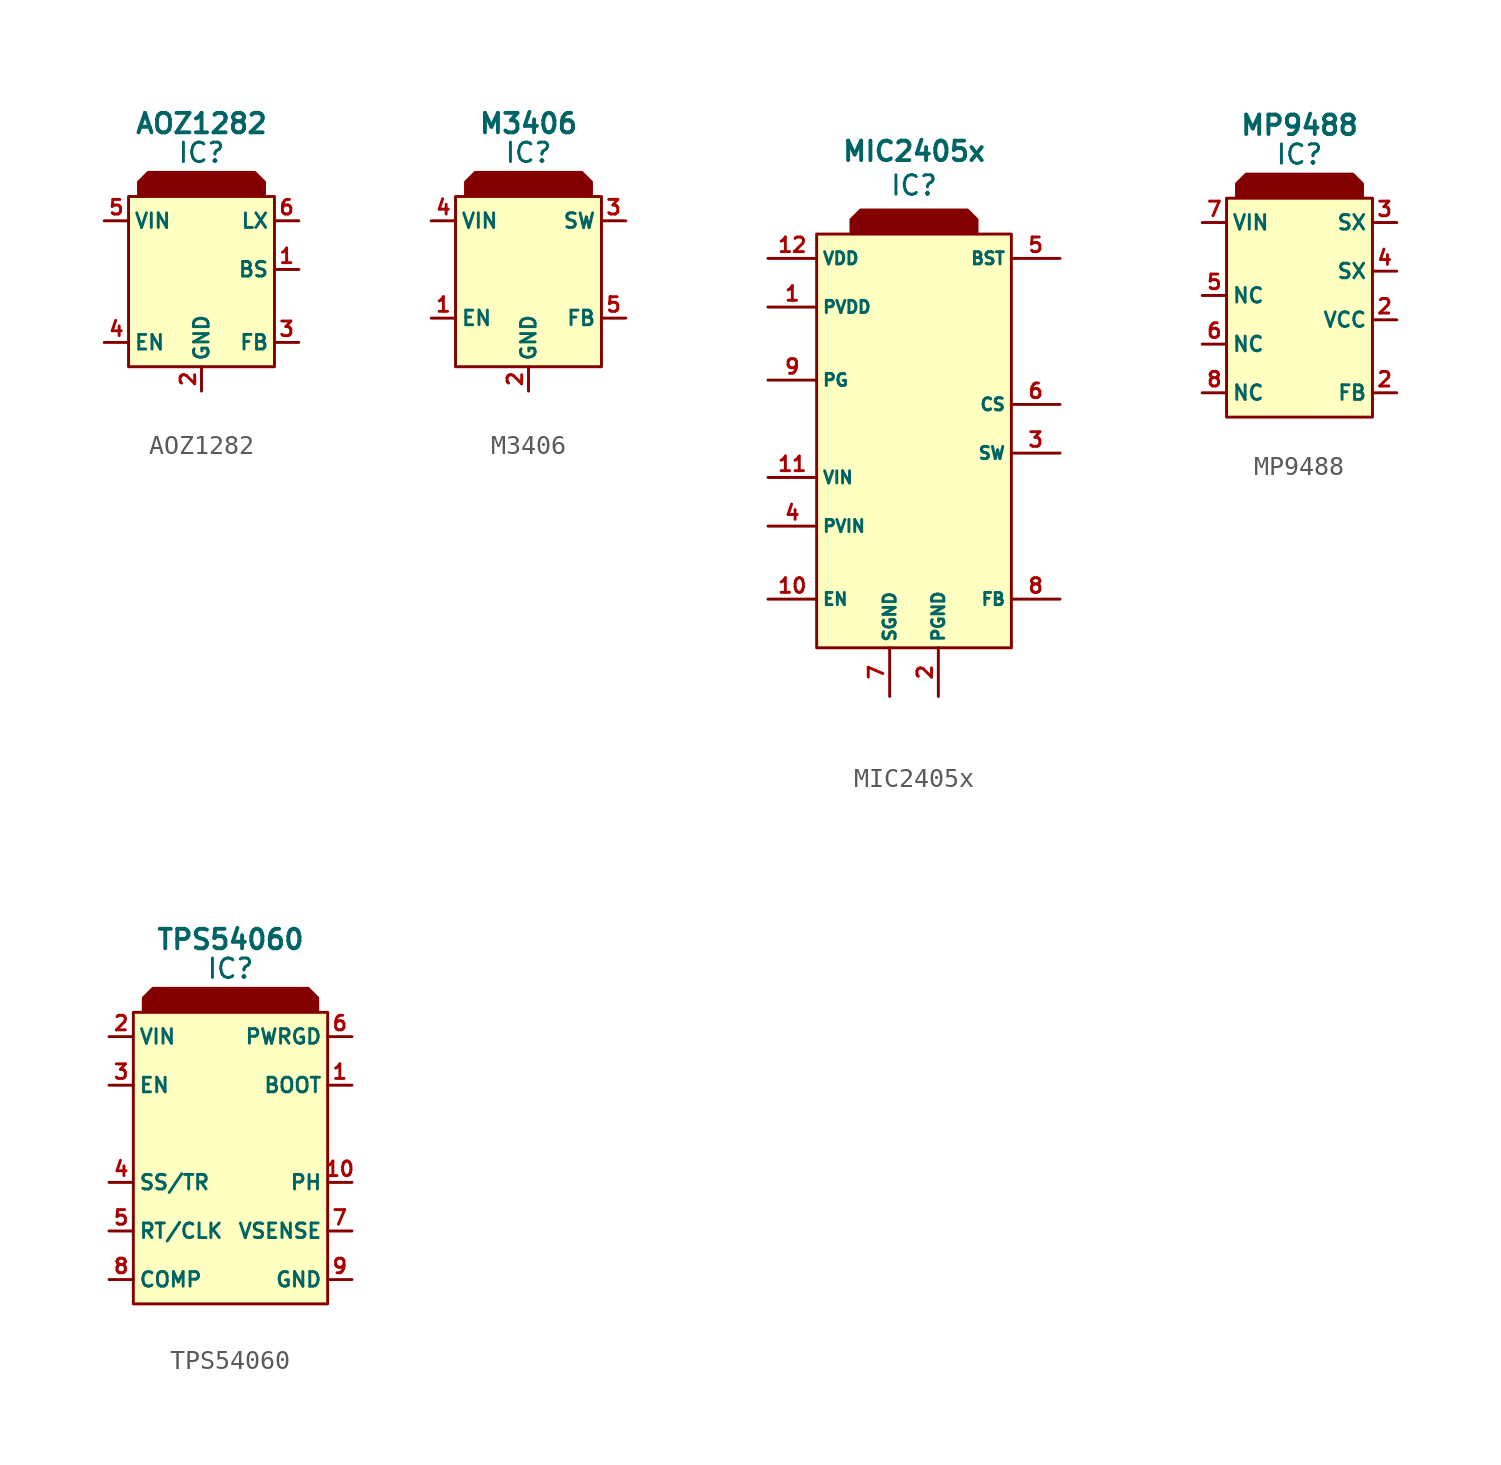
<source format=kicad_sym>
(kicad_symbol_lib
  (version 20231120)
  (generator "kicad_symbol_editor")
  (generator_version "8.0")
  (symbol "AOZ1282"
    (pin_names
      (offset 0.254))
    (property "Reference" "IC"
      (at 0 7.366 0)
      (effects (font (size 1.016 1.016))))
    (property "Value" "AOZ1282"
      (at 0 8.89 0)
      (effects (font (size 1.016 1.016) (bold yes))))
    (symbol "AOZ1282_0_1"
      (rectangle (start -3.81 5.08) (end 3.81 -3.81) (stroke (width 0) (type solid)) (fill (type background)))
      (polyline (pts (xy 3.302 5.08) (xy 3.302 5.842) (xy 2.794 6.35) (xy -2.794 6.35) (xy -3.302 5.842) (xy -3.302 5.08)) (stroke (width 0.127) (type solid)) (fill (type outline))))
    (symbol "AOZ1282_1_1"
      (pin passive line (at 5.08 1.27 180) (length 1.27) (name "BS" (effects (font (size 0.762 0.762)))) (number "1" (effects (font (size 0.762 0.762)))))
      (pin power_in line (at 0 -5.08 90) (length 1.27) (name "GND" (effects (font (size 0.762 0.762)))) (number "2" (effects (font (size 0.762 0.762)))))
      (pin passive line (at 5.08 -2.54 180) (length 1.27) (name "FB" (effects (font (size 0.762 0.762)))) (number "3" (effects (font (size 0.762 0.762)))))
      (pin input line (at -5.08 -2.54 0) (length 1.27) (name "EN" (effects (font (size 0.762 0.762)))) (number "4" (effects (font (size 0.762 0.762)))))
      (pin power_in line (at -5.08 3.81 0) (length 1.27) (name "VIN" (effects (font (size 0.762 0.762)))) (number "5" (effects (font (size 0.762 0.762)))))
      (pin power_out line (at 5.08 3.81 180) (length 1.27) (name "LX" (effects (font (size 0.762 0.762)))) (number "6" (effects (font (size 0.762 0.762)))))))
  (symbol "M3406"
    (pin_names
      (offset 0.254))
    (property "Reference" "IC"
      (at 0 7.366 0)
      (effects (font (size 1.016 1.016))))
    (property "Value" "M3406"
      (at 0 8.89 0)
      (effects (font (size 1.016 1.016) (bold yes))))
    (symbol "M3406_0_1"
      (rectangle (start -3.81 5.08) (end 3.81 -3.81) (stroke (width 0) (type solid)) (fill (type background)))
      (polyline (pts (xy 3.302 5.08) (xy 3.302 5.842) (xy 2.794 6.35) (xy -2.794 6.35) (xy -3.302 5.842) (xy -3.302 5.08)) (stroke (width 0.127) (type solid)) (fill (type outline))))
    (symbol "M3406_1_1"
      (pin input line (at -5.08 -1.27 0) (length 1.27) (name "EN" (effects (font (size 0.762 0.762)))) (number "1" (effects (font (size 0.762 0.762)))))
      (pin power_in line (at 0 -5.08 90) (length 1.27) (name "GND" (effects (font (size 0.762 0.762)))) (number "2" (effects (font (size 0.762 0.762)))))
      (pin power_out line (at 5.08 3.81 180) (length 1.27) (name "SW" (effects (font (size 0.762 0.762)))) (number "3" (effects (font (size 0.762 0.762)))))
      (pin power_in line (at -5.08 3.81 0) (length 1.27) (name "VIN" (effects (font (size 0.762 0.762)))) (number "4" (effects (font (size 0.762 0.762)))))
      (pin input line (at 5.08 -1.27 180) (length 1.27) (name "FB" (effects (font (size 0.762 0.762)))) (number "5" (effects (font (size 0.762 0.762)))))))
  (symbol "MIC2405x"
    (pin_names
      (offset 0.254))
    (property "Reference" "IC"
      (at 0 12.7 0)
      (effects (font (size 1.016 1.016))))
    (property "Value" "MIC2405x"
      (at 0 14.478 0)
      (effects (font (size 1.016 1.016) (bold yes))))
    (symbol "MIC2405x_0_1"
      (rectangle (start -5.08 10.16) (end 5.08 -11.43) (stroke (width 0) (type solid)) (fill (type background)))
      (polyline (pts (xy 3.302 10.16) (xy 3.302 10.922) (xy 2.794 11.43) (xy -2.794 11.43) (xy -3.302 10.922) (xy -3.302 10.16)) (stroke (width 0.127) (type solid)) (fill (type outline))))
    (symbol "MIC2405x_1_1"
      (pin power_out line (at -7.62 6.35 0) (length 2.54) (name "PVDD" (effects (font (size 0.635 0.635)))) (number "1" (effects (font (size 0.762 0.762)))))
      (pin input line (at -7.62 -8.89 0) (length 2.54) (name "EN" (effects (font (size 0.635 0.635)))) (number "10" (effects (font (size 0.762 0.762)))))
      (pin input line (at -7.62 -2.54 0) (length 2.54) (name "VIN" (effects (font (size 0.635 0.635)))) (number "11" (effects (font (size 0.762 0.762)))))
      (pin passive line (at -7.62 8.89 0) (length 2.54) (name "VDD" (effects (font (size 0.635 0.635)))) (number "12" (effects (font (size 0.762 0.762)))))
      (pin power_in line (at 1.27 -13.97 90) (length 2.54) (name "PGND" (effects (font (size 0.635 0.635)))) (number "2" (effects (font (size 0.762 0.762)))))
      (pin passive line (at 7.62 -1.27 180) (length 2.54) (name "SW" (effects (font (size 0.635 0.635)))) (number "3" (effects (font (size 0.762 0.762)))))
      (pin power_in line (at -7.62 -5.08 0) (length 2.54) (name "PVIN" (effects (font (size 0.635 0.635)))) (number "4" (effects (font (size 0.762 0.762)))))
      (pin power_out line (at 7.62 8.89 180) (length 2.54) (name "BST" (effects (font (size 0.635 0.635)))) (number "5" (effects (font (size 0.762 0.762)))))
      (pin passive line (at 7.62 1.27 180) (length 2.54) (name "CS" (effects (font (size 0.635 0.635)))) (number "6" (effects (font (size 0.762 0.762)))))
      (pin passive line (at -1.27 -13.97 90) (length 2.54) (name "SGND" (effects (font (size 0.635 0.635)))) (number "7" (effects (font (size 0.762 0.762)))))
      (pin passive line (at 7.62 -8.89 180) (length 2.54) (name "FB" (effects (font (size 0.635 0.635)))) (number "8" (effects (font (size 0.762 0.762)))))
      (pin passive line (at -7.62 2.54 0) (length 2.54) (name "PG" (effects (font (size 0.635 0.635)))) (number "9" (effects (font (size 0.762 0.762)))))))
  (symbol "MP9488"
    (pin_names
      (offset 0.254))
    (property "Reference" "IC"
      (at 0 7.366 0)
      (effects (font (size 1.016 1.016))))
    (property "Value" "MP9488"
      (at 0 8.89 0)
      (effects (font (size 1.016 1.016) (bold yes))))
    (symbol "MP9488_0_1"
      (rectangle (start -3.81 5.08) (end 3.81 -6.35) (stroke (width 0) (type solid)) (fill (type background)))
      (polyline (pts (xy 3.302 5.08) (xy 3.302 5.842) (xy 2.794 6.35) (xy -2.794 6.35) (xy -3.302 5.842) (xy -3.302 5.08)) (stroke (width 0.127) (type solid)) (fill (type outline))))
    (symbol "MP9488_1_1"
      (pin input line (at 5.08 -5.08 180) (length 1.27) (name "FB" (effects (font (size 0.762 0.762)))) (number "2" (effects (font (size 0.762 0.762)))))
      (pin passive line (at 5.08 -1.27 180) (length 1.27) (name "VCC" (effects (font (size 0.762 0.762)))) (number "2" (effects (font (size 0.762 0.762)))))
      (pin power_out line (at 5.08 3.81 180) (length 1.27) (name "SX" (effects (font (size 0.762 0.762)))) (number "3" (effects (font (size 0.762 0.762)))))
      (pin power_out line (at 5.08 1.27 180) (length 1.27) (name "SX" (effects (font (size 0.762 0.762)))) (number "4" (effects (font (size 0.762 0.762)))))
      (pin passive line (at -5.08 0 0) (length 1.27) (name "NC" (effects (font (size 0.762 0.762)))) (number "5" (effects (font (size 0.762 0.762)))))
      (pin passive line (at -5.08 -2.54 0) (length 1.27) (name "NC" (effects (font (size 0.762 0.762)))) (number "6" (effects (font (size 0.762 0.762)))))
      (pin power_in line (at -5.08 3.81 0) (length 1.27) (name "VIN" (effects (font (size 0.762 0.762)))) (number "7" (effects (font (size 0.762 0.762)))))
      (pin passive line (at -5.08 -5.08 0) (length 1.27) (name "NC" (effects (font (size 0.762 0.762)))) (number "8" (effects (font (size 0.762 0.762)))))))
  (symbol "TPS54060"
    (pin_names
      (offset 0.254))
    (property "Reference" "IC"
      (at 0 9.906 0)
      (effects (font (size 1.016 1.016))))
    (property "Value" "TPS54060"
      (at 0 11.43 0)
      (effects (font (size 1.016 1.016) (bold yes))))
    (symbol "TPS54060_0_1"
      (rectangle (start -5.08 7.62) (end 5.08 -7.62) (stroke (width 0) (type solid)) (fill (type background)))
      (polyline (pts (xy 4.572 7.62) (xy 4.572 8.382) (xy 4.064 8.89) (xy -4.064 8.89) (xy -4.572 8.382) (xy -4.572 7.62)) (stroke (width 0.127) (type solid)) (fill (type outline))))
    (symbol "TPS54060_1_1"
      (pin input line (at 6.35 3.81 180) (length 1.27) (name "BOOT" (effects (font (size 0.762 0.762)))) (number "1" (effects (font (size 0.762 0.762)))))
      (pin output line (at 6.35 -1.27 180) (length 1.27) (name "PH" (effects (font (size 0.762 0.762)))) (number "10" (effects (font (size 0.762 0.762)))))
      (pin power_in line (at -6.35 6.35 0) (length 1.27) (name "VIN" (effects (font (size 0.762 0.762)))) (number "2" (effects (font (size 0.762 0.762)))))
      (pin input line (at -6.35 3.81 0) (length 1.27) (name "EN" (effects (font (size 0.762 0.762)))) (number "3" (effects (font (size 0.762 0.762)))))
      (pin input line (at -6.35 -1.27 0) (length 1.27) (name "SS/TR" (effects (font (size 0.762 0.762)))) (number "4" (effects (font (size 0.762 0.762)))))
      (pin input line (at -6.35 -3.81 0) (length 1.27) (name "RT/CLK" (effects (font (size 0.762 0.762)))) (number "5" (effects (font (size 0.762 0.762)))))
      (pin output line (at 6.35 6.35 180) (length 1.27) (name "PWRGD" (effects (font (size 0.762 0.762)))) (number "6" (effects (font (size 0.762 0.762)))))
      (pin input line (at 6.35 -3.81 180) (length 1.27) (name "VSENSE" (effects (font (size 0.762 0.762)))) (number "7" (effects (font (size 0.762 0.762)))))
      (pin input line (at -6.35 -6.35 0) (length 1.27) (name "COMP" (effects (font (size 0.762 0.762)))) (number "8" (effects (font (size 0.762 0.762)))))
      (pin power_in line (at 6.35 -6.35 180) (length 1.27) (name "GND" (effects (font (size 0.762 0.762)))) (number "9" (effects (font (size 0.762 0.762))))))))
</source>
